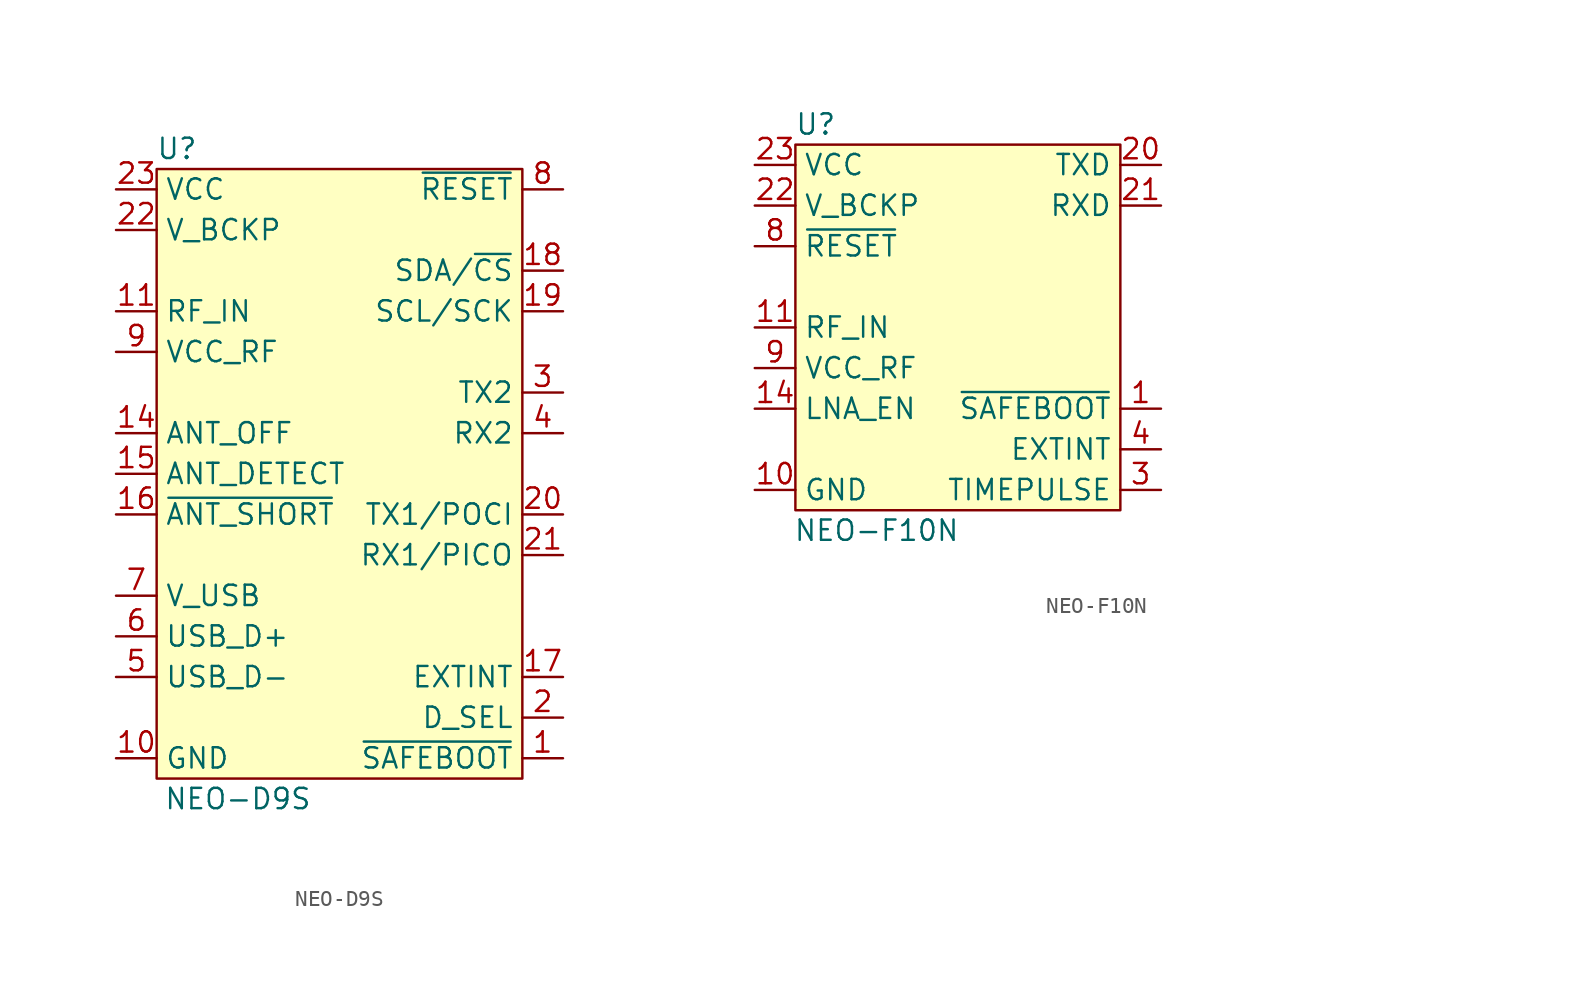
<source format=kicad_sym>
(kicad_symbol_lib
  (version 20241209)
  (generator "kicad_symbol_editor")
  (generator_version "9.0")
  (symbol "NEO-D9S"
    (property "Reference" "U"
      (at -10.16 20.32 0)
      (effects (font (size 1.27 1.27))))
    (property "Value" "NEO-D9S"
      (at -6.35 -20.32 0)
      (effects (font (size 1.27 1.27))))
    (symbol "NEO-D9S_1_0"
      (pin input line (at 13.97 -12.7 180) (length 2.54) (name "EXTINT" (effects (font (size 1.27 1.27)))) (number "17" (effects (font (size 1.27 1.27)))))
      (pin input line (at 13.97 -15.24 180) (length 2.54) (name "D_SEL" (effects (font (size 1.27 1.27)))) (number "2" (effects (font (size 1.27 1.27)))))
      (pin input line (at 13.97 -17.78 180) (length 2.54) (name "~{SAFEBOOT}" (effects (font (size 1.27 1.27)))) (number "1" (effects (font (size 1.27 1.27))))))
    (symbol "NEO-D9S_1_1"
      (rectangle (start -11.43 19.05) (end 11.43 -19.05) (stroke (width 0) (type default)) (fill (type background)))
      (pin power_in line (at -13.97 17.78 0) (length 2.54) (name "VCC" (effects (font (size 1.27 1.27)))) (number "23" (effects (font (size 1.27 1.27)))))
      (pin power_in line (at -13.97 15.24 0) (length 2.54) (name "V_BCKP" (effects (font (size 1.27 1.27)))) (number "22" (effects (font (size 1.27 1.27)))))
      (pin input line (at -13.97 10.16 0) (length 2.54) (name "RF_IN" (effects (font (size 1.27 1.27)))) (number "11" (effects (font (size 1.27 1.27)))))
      (pin power_out line (at -13.97 7.62 0) (length 2.54) (name "VCC_RF" (effects (font (size 1.27 1.27)))) (number "9" (effects (font (size 1.27 1.27)))))
      (pin output line (at -13.97 2.54 0) (length 2.54) (name "ANT_OFF" (effects (font (size 1.27 1.27)))) (number "14" (effects (font (size 1.27 1.27)))))
      (pin input line (at -13.97 0 0) (length 2.54) (name "ANT_DETECT" (effects (font (size 1.27 1.27)))) (number "15" (effects (font (size 1.27 1.27)))))
      (pin output line (at -13.97 -2.54 0) (length 2.54) (name "~{ANT_SHORT}" (effects (font (size 1.27 1.27)))) (number "16" (effects (font (size 1.27 1.27)))))
      (pin power_in line (at -13.97 -7.62 0) (length 2.54) (name "V_USB" (effects (font (size 1.27 1.27)))) (number "7" (effects (font (size 1.27 1.27)))))
      (pin bidirectional line (at -13.97 -10.16 0) (length 2.54) (name "USB_D+" (effects (font (size 1.27 1.27)))) (number "6" (effects (font (size 1.27 1.27)))))
      (pin bidirectional line (at -13.97 -12.7 0) (length 2.54) (name "USB_D-" (effects (font (size 1.27 1.27)))) (number "5" (effects (font (size 1.27 1.27)))))
      (pin power_in line (at -13.97 -17.78 0) (length 2.54) (name "GND" (effects (font (size 1.27 1.27)))) (number "10" (effects (font (size 1.27 1.27)))))
      (pin power_in line (at -13.97 -17.78 0) (length 2.54) (hide yes) (name "GND" (effects (font (size 1.27 1.27)))) (number "12" (effects (font (size 1.27 1.27)))))
      (pin power_in line (at -13.97 -17.78 0) (length 2.54) (hide yes) (name "GND" (effects (font (size 1.27 1.27)))) (number "13" (effects (font (size 1.27 1.27)))))
      (pin power_in line (at -13.97 -17.78 0) (length 2.54) (hide yes) (name "GND" (effects (font (size 1.27 1.27)))) (number "24" (effects (font (size 1.27 1.27)))))
      (pin input line (at 13.97 17.78 180) (length 2.54) (name "~{RESET}" (effects (font (size 1.27 1.27)))) (number "8" (effects (font (size 1.27 1.27)))))
      (pin bidirectional line (at 13.97 12.7 180) (length 2.54) (name "SDA/~{CS}" (effects (font (size 1.27 1.27)))) (number "18" (effects (font (size 1.27 1.27)))))
      (pin bidirectional line (at 13.97 10.16 180) (length 2.54) (name "SCL/SCK" (effects (font (size 1.27 1.27)))) (number "19" (effects (font (size 1.27 1.27)))))
      (pin output line (at 13.97 5.08 180) (length 2.54) (name "TX2" (effects (font (size 1.27 1.27)))) (number "3" (effects (font (size 1.27 1.27)))))
      (pin input line (at 13.97 2.54 180) (length 2.54) (name "RX2" (effects (font (size 1.27 1.27)))) (number "4" (effects (font (size 1.27 1.27)))))
      (pin output line (at 13.97 -2.54 180) (length 2.54) (name "TX1/POCI" (effects (font (size 1.27 1.27)))) (number "20" (effects (font (size 1.27 1.27)))))
      (pin input line (at 13.97 -5.08 180) (length 2.54) (name "RX1/PICO" (effects (font (size 1.27 1.27)))) (number "21" (effects (font (size 1.27 1.27)))))))
  (symbol "NEO-F10N"
    (property "Reference" "U"
      (at -8.89 12.7 0)
      (effects (font (size 1.27 1.27))))
    (property "Value" "NEO-F10N"
      (at -5.08 -12.7 0)
      (effects (font (size 1.27 1.27))))
    (symbol "NEO-F10N_1_0"
      (pin input line (at 12.7 -5.08 180) (length 2.54) (name "~{SAFEBOOT}" (effects (font (size 1.27 1.27)))) (number "1" (effects (font (size 1.27 1.27)))))
      (pin input line (at 12.7 -7.62 180) (length 2.54) (name "EXTINT" (effects (font (size 1.27 1.27)))) (number "4" (effects (font (size 1.27 1.27)))))
      (pin no_connect line (at 30.48 7.62 180) (length 2.54) (hide yes) (name "RESERVED" (effects (font (size 1.27 1.27)))) (number "5" (effects (font (size 1.27 1.27)))))
      (pin no_connect line (at 30.48 5.08 180) (length 2.54) (hide yes) (name "RESERVED" (effects (font (size 1.27 1.27)))) (number "6" (effects (font (size 1.27 1.27)))))
      (pin no_connect line (at 30.48 2.54 180) (length 2.54) (hide yes) (name "RESERVED" (effects (font (size 1.27 1.27)))) (number "7" (effects (font (size 1.27 1.27)))))
      (pin no_connect line (at 30.48 0 180) (length 2.54) (hide yes) (name "RESERVED" (effects (font (size 1.27 1.27)))) (number "15" (effects (font (size 1.27 1.27)))))
      (pin no_connect line (at 30.48 -2.54 180) (length 2.54) (hide yes) (name "RESERVED" (effects (font (size 1.27 1.27)))) (number "16" (effects (font (size 1.27 1.27)))))
      (pin no_connect line (at 30.48 -5.08 180) (length 2.54) (hide yes) (name "RESERVED" (effects (font (size 1.27 1.27)))) (number "17" (effects (font (size 1.27 1.27)))))
      (pin no_connect line (at 30.48 -7.62 180) (length 2.54) (hide yes) (name "RESERVED" (effects (font (size 1.27 1.27)))) (number "18" (effects (font (size 1.27 1.27)))))
      (pin no_connect line (at 30.48 -10.16 180) (length 2.54) (hide yes) (name "RESERVED" (effects (font (size 1.27 1.27)))) (number "19" (effects (font (size 1.27 1.27))))))
    (symbol "NEO-F10N_1_1"
      (rectangle (start -10.16 11.43) (end 10.16 -11.43) (stroke (width 0) (type default)) (fill (type background)))
      (pin power_in line (at -12.7 10.16 0) (length 2.54) (name "VCC" (effects (font (size 1.27 1.27)))) (number "23" (effects (font (size 1.27 1.27)))))
      (pin power_in line (at -12.7 7.62 0) (length 2.54) (name "V_BCKP" (effects (font (size 1.27 1.27)))) (number "22" (effects (font (size 1.27 1.27)))))
      (pin input line (at -12.7 5.08 0) (length 2.54) (name "~{RESET}" (effects (font (size 1.27 1.27)))) (number "8" (effects (font (size 1.27 1.27)))))
      (pin input line (at -12.7 0 0) (length 2.54) (name "RF_IN" (effects (font (size 1.27 1.27)))) (number "11" (effects (font (size 1.27 1.27)))))
      (pin power_out line (at -12.7 -2.54 0) (length 2.54) (name "VCC_RF" (effects (font (size 1.27 1.27)))) (number "9" (effects (font (size 1.27 1.27)))))
      (pin output line (at -12.7 -5.08 0) (length 2.54) (name "LNA_EN" (effects (font (size 1.27 1.27)))) (number "14" (effects (font (size 1.27 1.27)))))
      (pin power_in line (at -12.7 -10.16 0) (length 2.54) (name "GND" (effects (font (size 1.27 1.27)))) (number "10" (effects (font (size 1.27 1.27)))))
      (pin power_in line (at -12.7 -10.16 0) (length 2.54) (hide yes) (name "GND" (effects (font (size 1.27 1.27)))) (number "12" (effects (font (size 1.27 1.27)))))
      (pin power_in line (at -12.7 -10.16 0) (length 2.54) (hide yes) (name "GND" (effects (font (size 1.27 1.27)))) (number "13" (effects (font (size 1.27 1.27)))))
      (pin power_in line (at -12.7 -10.16 0) (length 2.54) (hide yes) (name "GND" (effects (font (size 1.27 1.27)))) (number "24" (effects (font (size 1.27 1.27)))))
      (pin output line (at 12.7 10.16 180) (length 2.54) (name "TXD" (effects (font (size 1.27 1.27)))) (number "20" (effects (font (size 1.27 1.27)))))
      (pin input line (at 12.7 7.62 180) (length 2.54) (name "RXD" (effects (font (size 1.27 1.27)))) (number "21" (effects (font (size 1.27 1.27)))))
      (pin output line (at 12.7 -10.16 180) (length 2.54) (name "TIMEPULSE" (effects (font (size 1.27 1.27)))) (number "3" (effects (font (size 1.27 1.27)))))
      (pin no_connect line (at 30.48 10.16 180) (length 2.54) (hide yes) (name "RESERVED" (effects (font (size 1.27 1.27)))) (number "2" (effects (font (size 1.27 1.27))))))))
</source>
